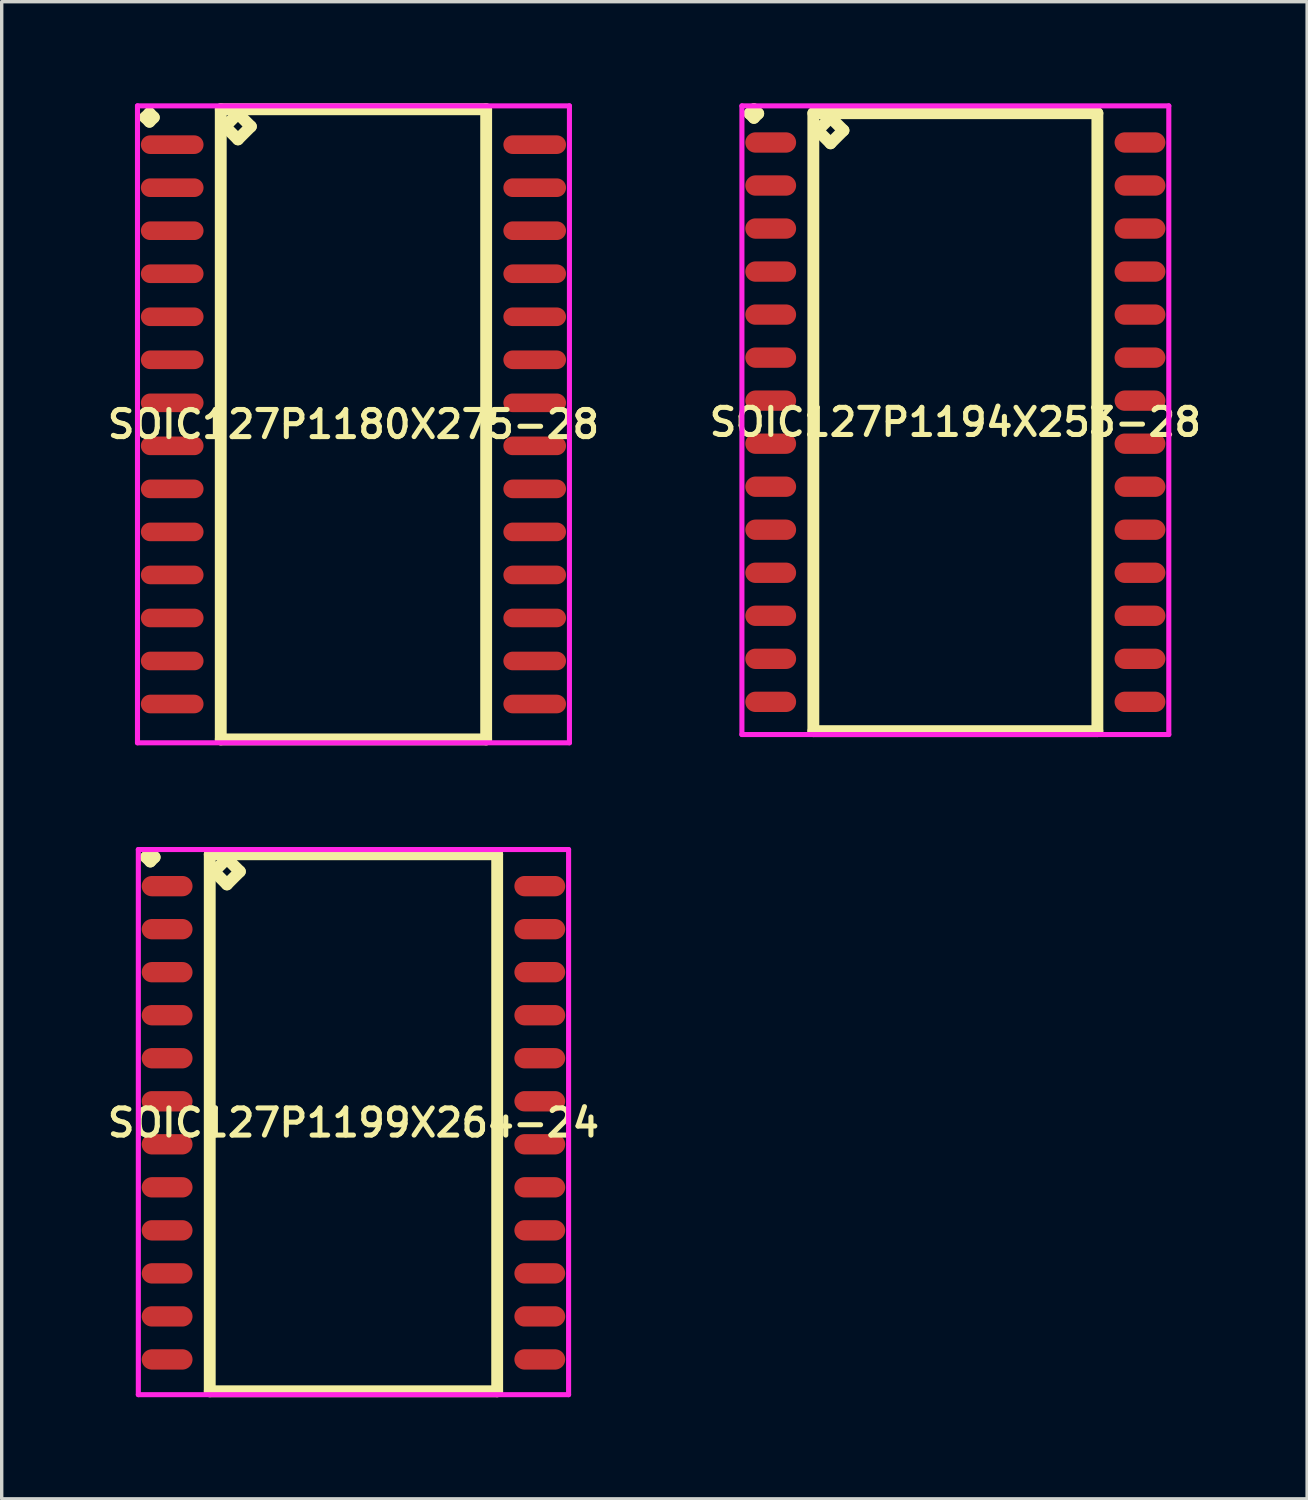
<source format=kicad_pcb>
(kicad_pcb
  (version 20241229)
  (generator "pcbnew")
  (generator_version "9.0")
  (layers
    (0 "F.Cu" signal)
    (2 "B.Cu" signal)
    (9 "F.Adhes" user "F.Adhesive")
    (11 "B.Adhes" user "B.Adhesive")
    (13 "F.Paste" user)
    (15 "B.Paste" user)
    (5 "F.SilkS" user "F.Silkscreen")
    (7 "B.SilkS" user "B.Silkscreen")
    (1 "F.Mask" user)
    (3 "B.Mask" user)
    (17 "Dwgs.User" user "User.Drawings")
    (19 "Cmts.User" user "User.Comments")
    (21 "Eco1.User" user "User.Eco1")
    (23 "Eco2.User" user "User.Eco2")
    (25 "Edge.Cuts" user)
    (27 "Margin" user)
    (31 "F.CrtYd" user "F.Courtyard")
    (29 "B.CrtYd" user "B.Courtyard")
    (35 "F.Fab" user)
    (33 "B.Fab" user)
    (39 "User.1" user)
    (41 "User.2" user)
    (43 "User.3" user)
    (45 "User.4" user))
  (footprint "SOIC127P1194X253-28"
    (layer "F.Cu")
    (at 25.149 9.411)
    (property "Reference" "SOIC127P1194X253-28" (at 0 0 0) (layer "F.SilkS") (effects (font (size 0.8 0.8) (thickness 0.15))))
    (attr through_hole)
    (fp_line (start -6.073 -9.109) (end -5.946 -9.236) (stroke (width 0.35) (type solid)) (layer "F.SilkS"))
    (fp_line (start -5.946 -9.236) (end -5.819 -9.109) (stroke (width 0.35) (type solid)) (layer "F.SilkS"))
    (fp_line (start -5.946 -8.982) (end -6.073 -9.109) (stroke (width 0.35) (type solid)) (layer "F.SilkS"))
    (fp_line (start -5.819 -9.109) (end -5.946 -8.982) (stroke (width 0.35) (type solid)) (layer "F.SilkS"))
    (fp_line (start -4.192 -9.12) (end -4.192 9.12) (stroke (width 0.35) (type solid)) (layer "F.SilkS"))
    (fp_line (start -4.192 9.12) (end 4.192 9.12) (stroke (width 0.35) (type solid)) (layer "F.SilkS"))
    (fp_line (start -4.065 -8.612) (end -3.684 -8.993) (stroke (width 0.35) (type solid)) (layer "F.SilkS"))
    (fp_line (start -3.684 -8.993) (end -3.303 -8.612) (stroke (width 0.35) (type solid)) (layer "F.SilkS"))
    (fp_line (start -3.684 -8.231) (end -4.065 -8.612) (stroke (width 0.35) (type solid)) (layer "F.SilkS"))
    (fp_line (start -3.303 -8.612) (end -3.684 -8.231) (stroke (width 0.35) (type solid)) (layer "F.SilkS"))
    (fp_line (start 4.192 -9.12) (end -4.192 -9.12) (stroke (width 0.35) (type solid)) (layer "F.SilkS"))
    (fp_line (start 4.192 9.12) (end 4.192 -9.12) (stroke (width 0.35) (type solid)) (layer "F.SilkS"))
    (fp_line (start -6.3 -9.336) (end 6.3 -9.336) (stroke (width 0.15) (type solid)) (layer "F.CrtYd"))
    (fp_line (start -6.3 9.22) (end -6.3 -9.336) (stroke (width 0.15) (type solid)) (layer "F.CrtYd"))
    (fp_line (start 6.3 -9.336) (end 6.3 9.22) (stroke (width 0.15) (type solid)) (layer "F.CrtYd"))
    (fp_line (start 6.3 9.22) (end -6.3 9.22) (stroke (width 0.15) (type solid)) (layer "F.CrtYd"))
    (pad "1" smd oval (at -5.45 -8.255) (size 1.5 0.6) (layers "F.Cu" "F.Mask" "F.Paste"))
    (pad "2" smd oval (at -5.45 -6.985) (size 1.5 0.6) (layers "F.Cu" "F.Mask" "F.Paste"))
    (pad "3" smd oval (at -5.45 -5.715) (size 1.5 0.6) (layers "F.Cu" "F.Mask" "F.Paste"))
    (pad "4" smd oval (at -5.45 -4.445) (size 1.5 0.6) (layers "F.Cu" "F.Mask" "F.Paste"))
    (pad "5" smd oval (at -5.45 -3.175) (size 1.5 0.6) (layers "F.Cu" "F.Mask" "F.Paste"))
    (pad "6" smd oval (at -5.45 -1.905) (size 1.5 0.6) (layers "F.Cu" "F.Mask" "F.Paste"))
    (pad "7" smd oval (at -5.45 -0.635) (size 1.5 0.6) (layers "F.Cu" "F.Mask" "F.Paste"))
    (pad "8" smd oval (at -5.45 0.635) (size 1.5 0.6) (layers "F.Cu" "F.Mask" "F.Paste"))
    (pad "9" smd oval (at -5.45 1.905) (size 1.5 0.6) (layers "F.Cu" "F.Mask" "F.Paste"))
    (pad "10" smd oval (at -5.45 3.175) (size 1.5 0.6) (layers "F.Cu" "F.Mask" "F.Paste"))
    (pad "11" smd oval (at -5.45 4.445) (size 1.5 0.6) (layers "F.Cu" "F.Mask" "F.Paste"))
    (pad "12" smd oval (at -5.45 5.715) (size 1.5 0.6) (layers "F.Cu" "F.Mask" "F.Paste"))
    (pad "13" smd oval (at -5.45 6.985) (size 1.5 0.6) (layers "F.Cu" "F.Mask" "F.Paste"))
    (pad "14" smd oval (at -5.45 8.255) (size 1.5 0.6) (layers "F.Cu" "F.Mask" "F.Paste"))
    (pad "15" smd oval (at 5.45 8.255) (size 1.5 0.6) (layers "F.Cu" "F.Mask" "F.Paste"))
    (pad "16" smd oval (at 5.45 6.985) (size 1.5 0.6) (layers "F.Cu" "F.Mask" "F.Paste"))
    (pad "17" smd oval (at 5.45 5.715) (size 1.5 0.6) (layers "F.Cu" "F.Mask" "F.Paste"))
    (pad "18" smd oval (at 5.45 4.445) (size 1.5 0.6) (layers "F.Cu" "F.Mask" "F.Paste"))
    (pad "19" smd oval (at 5.45 3.175) (size 1.5 0.6) (layers "F.Cu" "F.Mask" "F.Paste"))
    (pad "20" smd oval (at 5.45 1.905) (size 1.5 0.6) (layers "F.Cu" "F.Mask" "F.Paste"))
    (pad "21" smd oval (at 5.45 0.635) (size 1.5 0.6) (layers "F.Cu" "F.Mask" "F.Paste"))
    (pad "22" smd oval (at 5.45 -0.635) (size 1.5 0.6) (layers "F.Cu" "F.Mask" "F.Paste"))
    (pad "23" smd oval (at 5.45 -1.905) (size 1.5 0.6) (layers "F.Cu" "F.Mask" "F.Paste"))
    (pad "24" smd oval (at 5.45 -3.175) (size 1.5 0.6) (layers "F.Cu" "F.Mask" "F.Paste"))
    (pad "25" smd oval (at 5.45 -4.445) (size 1.5 0.6) (layers "F.Cu" "F.Mask" "F.Paste"))
    (pad "26" smd oval (at 5.45 -5.715) (size 1.5 0.6) (layers "F.Cu" "F.Mask" "F.Paste"))
    (pad "27" smd oval (at 5.45 -6.985) (size 1.5 0.6) (layers "F.Cu" "F.Mask" "F.Paste"))
    (pad "28" smd oval (at 5.45 -8.255) (size 1.5 0.6) (layers "F.Cu" "F.Mask" "F.Paste")))
  (footprint "SOIC127P1180X275-28"
    (layer "F.Cu")
    (at 7.383 9.475)
    (property "Reference" "SOIC127P1180X275-28" (at 0 0 0) (layer "F.SilkS") (effects (font (size 0.8 0.8) (thickness 0.15))))
    (attr smd)
    (fp_line (start -6.148 -9.059) (end -6.021 -9.186) (stroke (width 0.35) (type solid)) (layer "F.SilkS"))
    (fp_line (start -6.021 -9.186) (end -5.894 -9.059) (stroke (width 0.35) (type solid)) (layer "F.SilkS"))
    (fp_line (start -6.021 -8.932) (end -6.148 -9.059) (stroke (width 0.35) (type solid)) (layer "F.SilkS"))
    (fp_line (start -5.894 -9.059) (end -6.021 -8.932) (stroke (width 0.35) (type solid)) (layer "F.SilkS"))
    (fp_line (start -3.917 -9.3) (end -3.917 9.3) (stroke (width 0.35) (type solid)) (layer "F.SilkS"))
    (fp_line (start -3.917 9.3) (end 3.917 9.3) (stroke (width 0.35) (type solid)) (layer "F.SilkS"))
    (fp_line (start -3.79 -8.792) (end -3.409 -9.173) (stroke (width 0.35) (type solid)) (layer "F.SilkS"))
    (fp_line (start -3.409 -9.173) (end -3.028 -8.792) (stroke (width 0.35) (type solid)) (layer "F.SilkS"))
    (fp_line (start -3.409 -8.411) (end -3.79 -8.792) (stroke (width 0.35) (type solid)) (layer "F.SilkS"))
    (fp_line (start -3.028 -8.792) (end -3.409 -8.411) (stroke (width 0.35) (type solid)) (layer "F.SilkS"))
    (fp_line (start 3.917 -9.3) (end -3.917 -9.3) (stroke (width 0.35) (type solid)) (layer "F.SilkS"))
    (fp_line (start 3.917 9.3) (end 3.917 -9.3) (stroke (width 0.35) (type solid)) (layer "F.SilkS"))
    (fp_line (start -6.375 -9.4) (end 6.375 -9.4) (stroke (width 0.15) (type solid)) (layer "F.CrtYd"))
    (fp_line (start -6.375 9.4) (end -6.375 -9.4) (stroke (width 0.15) (type solid)) (layer "F.CrtYd"))
    (fp_line (start 6.375 -9.4) (end 6.375 9.4) (stroke (width 0.15) (type solid)) (layer "F.CrtYd"))
    (fp_line (start 6.375 9.4) (end -6.375 9.4) (stroke (width 0.15) (type solid)) (layer "F.CrtYd"))
    (pad "1" smd oval (at -5.35 -8.255) (size 1.85 0.55) (layers "F.Cu" "F.Mask" "F.Paste"))
    (pad "2" smd oval (at -5.35 -6.985) (size 1.85 0.55) (layers "F.Cu" "F.Mask" "F.Paste"))
    (pad "3" smd oval (at -5.35 -5.715) (size 1.85 0.55) (layers "F.Cu" "F.Mask" "F.Paste"))
    (pad "4" smd oval (at -5.35 -4.445) (size 1.85 0.55) (layers "F.Cu" "F.Mask" "F.Paste"))
    (pad "5" smd oval (at -5.35 -3.175) (size 1.85 0.55) (layers "F.Cu" "F.Mask" "F.Paste"))
    (pad "6" smd oval (at -5.35 -1.905) (size 1.85 0.55) (layers "F.Cu" "F.Mask" "F.Paste"))
    (pad "7" smd oval (at -5.35 -0.635) (size 1.85 0.55) (layers "F.Cu" "F.Mask" "F.Paste"))
    (pad "8" smd oval (at -5.35 0.635) (size 1.85 0.55) (layers "F.Cu" "F.Mask" "F.Paste"))
    (pad "9" smd oval (at -5.35 1.905) (size 1.85 0.55) (layers "F.Cu" "F.Mask" "F.Paste"))
    (pad "10" smd oval (at -5.35 3.175) (size 1.85 0.55) (layers "F.Cu" "F.Mask" "F.Paste"))
    (pad "11" smd oval (at -5.35 4.445) (size 1.85 0.55) (layers "F.Cu" "F.Mask" "F.Paste"))
    (pad "12" smd oval (at -5.35 5.715) (size 1.85 0.55) (layers "F.Cu" "F.Mask" "F.Paste"))
    (pad "13" smd oval (at -5.35 6.985) (size 1.85 0.55) (layers "F.Cu" "F.Mask" "F.Paste"))
    (pad "14" smd oval (at -5.35 8.255) (size 1.85 0.55) (layers "F.Cu" "F.Mask" "F.Paste"))
    (pad "15" smd oval (at 5.35 8.255) (size 1.85 0.55) (layers "F.Cu" "F.Mask" "F.Paste"))
    (pad "16" smd oval (at 5.35 6.985) (size 1.85 0.55) (layers "F.Cu" "F.Mask" "F.Paste"))
    (pad "17" smd oval (at 5.35 5.715) (size 1.85 0.55) (layers "F.Cu" "F.Mask" "F.Paste"))
    (pad "18" smd oval (at 5.35 4.445) (size 1.85 0.55) (layers "F.Cu" "F.Mask" "F.Paste"))
    (pad "19" smd oval (at 5.35 3.175) (size 1.85 0.55) (layers "F.Cu" "F.Mask" "F.Paste"))
    (pad "20" smd oval (at 5.35 1.905) (size 1.85 0.55) (layers "F.Cu" "F.Mask" "F.Paste"))
    (pad "21" smd oval (at 5.35 0.635) (size 1.85 0.55) (layers "F.Cu" "F.Mask" "F.Paste"))
    (pad "22" smd oval (at 5.35 -0.635) (size 1.85 0.55) (layers "F.Cu" "F.Mask" "F.Paste"))
    (pad "23" smd oval (at 5.35 -1.905) (size 1.85 0.55) (layers "F.Cu" "F.Mask" "F.Paste"))
    (pad "24" smd oval (at 5.35 -3.175) (size 1.85 0.55) (layers "F.Cu" "F.Mask" "F.Paste"))
    (pad "25" smd oval (at 5.35 -4.445) (size 1.85 0.55) (layers "F.Cu" "F.Mask" "F.Paste"))
    (pad "26" smd oval (at 5.35 -5.715) (size 1.85 0.55) (layers "F.Cu" "F.Mask" "F.Paste"))
    (pad "27" smd oval (at 5.35 -6.985) (size 1.85 0.55) (layers "F.Cu" "F.Mask" "F.Paste"))
    (pad "28" smd oval (at 5.35 -8.255) (size 1.85 0.55) (layers "F.Cu" "F.Mask" "F.Paste")))
  (footprint "SOIC127P1199X264-24"
    (layer "F.Cu")
    (at 7.383 30.091)
    (property "Reference" "SOIC127P1199X264-24" (at 0 0 0) (layer "F.SilkS") (effects (font (size 0.8 0.8) (thickness 0.15))))
    (attr smd)
    (fp_line (start -6.123 -7.839) (end -5.996 -7.966) (stroke (width 0.35) (type solid)) (layer "F.SilkS"))
    (fp_line (start -5.996 -7.966) (end -5.869 -7.839) (stroke (width 0.35) (type solid)) (layer "F.SilkS"))
    (fp_line (start -5.996 -7.712) (end -6.123 -7.839) (stroke (width 0.35) (type solid)) (layer "F.SilkS"))
    (fp_line (start -5.869 -7.839) (end -5.996 -7.712) (stroke (width 0.35) (type solid)) (layer "F.SilkS"))
    (fp_line (start -4.242 -7.925) (end -4.242 7.925) (stroke (width 0.35) (type solid)) (layer "F.SilkS"))
    (fp_line (start -4.242 7.925) (end 4.242 7.925) (stroke (width 0.35) (type solid)) (layer "F.SilkS"))
    (fp_line (start -4.115 -7.417) (end -3.734 -7.798) (stroke (width 0.35) (type solid)) (layer "F.SilkS"))
    (fp_line (start -3.734 -7.798) (end -3.353 -7.417) (stroke (width 0.35) (type solid)) (layer "F.SilkS"))
    (fp_line (start -3.734 -7.036) (end -4.115 -7.417) (stroke (width 0.35) (type solid)) (layer "F.SilkS"))
    (fp_line (start -3.353 -7.417) (end -3.734 -7.036) (stroke (width 0.35) (type solid)) (layer "F.SilkS"))
    (fp_line (start 4.242 -7.925) (end -4.242 -7.925) (stroke (width 0.35) (type solid)) (layer "F.SilkS"))
    (fp_line (start 4.242 7.925) (end 4.242 -7.925) (stroke (width 0.35) (type solid)) (layer "F.SilkS"))
    (fp_line (start -6.35 -8.066) (end 6.35 -8.066) (stroke (width 0.15) (type solid)) (layer "F.CrtYd"))
    (fp_line (start -6.35 8.025) (end -6.35 -8.066) (stroke (width 0.15) (type solid)) (layer "F.CrtYd"))
    (fp_line (start 6.35 -8.066) (end 6.35 8.025) (stroke (width 0.15) (type solid)) (layer "F.CrtYd"))
    (fp_line (start 6.35 8.025) (end -6.35 8.025) (stroke (width 0.15) (type solid)) (layer "F.CrtYd"))
    (pad "1" smd oval (at -5.5 -6.985) (size 1.5 0.6) (layers "F.Cu" "F.Mask" "F.Paste"))
    (pad "2" smd oval (at -5.5 -5.715) (size 1.5 0.6) (layers "F.Cu" "F.Mask" "F.Paste"))
    (pad "3" smd oval (at -5.5 -4.445) (size 1.5 0.6) (layers "F.Cu" "F.Mask" "F.Paste"))
    (pad "4" smd oval (at -5.5 -3.175) (size 1.5 0.6) (layers "F.Cu" "F.Mask" "F.Paste"))
    (pad "5" smd oval (at -5.5 -1.905) (size 1.5 0.6) (layers "F.Cu" "F.Mask" "F.Paste"))
    (pad "6" smd oval (at -5.5 -0.635) (size 1.5 0.6) (layers "F.Cu" "F.Mask" "F.Paste"))
    (pad "7" smd oval (at -5.5 0.635) (size 1.5 0.6) (layers "F.Cu" "F.Mask" "F.Paste"))
    (pad "8" smd oval (at -5.5 1.905) (size 1.5 0.6) (layers "F.Cu" "F.Mask" "F.Paste"))
    (pad "9" smd oval (at -5.5 3.175) (size 1.5 0.6) (layers "F.Cu" "F.Mask" "F.Paste"))
    (pad "10" smd oval (at -5.5 4.445) (size 1.5 0.6) (layers "F.Cu" "F.Mask" "F.Paste"))
    (pad "11" smd oval (at -5.5 5.715) (size 1.5 0.6) (layers "F.Cu" "F.Mask" "F.Paste"))
    (pad "12" smd oval (at -5.5 6.985) (size 1.5 0.6) (layers "F.Cu" "F.Mask" "F.Paste"))
    (pad "13" smd oval (at 5.5 6.985) (size 1.5 0.6) (layers "F.Cu" "F.Mask" "F.Paste"))
    (pad "14" smd oval (at 5.5 5.715) (size 1.5 0.6) (layers "F.Cu" "F.Mask" "F.Paste"))
    (pad "15" smd oval (at 5.5 4.445) (size 1.5 0.6) (layers "F.Cu" "F.Mask" "F.Paste"))
    (pad "16" smd oval (at 5.5 3.175) (size 1.5 0.6) (layers "F.Cu" "F.Mask" "F.Paste"))
    (pad "17" smd oval (at 5.5 1.905) (size 1.5 0.6) (layers "F.Cu" "F.Mask" "F.Paste"))
    (pad "18" smd oval (at 5.5 0.635) (size 1.5 0.6) (layers "F.Cu" "F.Mask" "F.Paste"))
    (pad "19" smd oval (at 5.5 -0.635) (size 1.5 0.6) (layers "F.Cu" "F.Mask" "F.Paste"))
    (pad "20" smd oval (at 5.5 -1.905) (size 1.5 0.6) (layers "F.Cu" "F.Mask" "F.Paste"))
    (pad "21" smd oval (at 5.5 -3.175) (size 1.5 0.6) (layers "F.Cu" "F.Mask" "F.Paste"))
    (pad "22" smd oval (at 5.5 -4.445) (size 1.5 0.6) (layers "F.Cu" "F.Mask" "F.Paste"))
    (pad "23" smd oval (at 5.5 -5.715) (size 1.5 0.6) (layers "F.Cu" "F.Mask" "F.Paste"))
    (pad "24" smd oval (at 5.5 -6.985) (size 1.5 0.6) (layers "F.Cu" "F.Mask" "F.Paste")))
  (gr_rect
    (start -3 -3)
    (end 35.532 41.191)
    (stroke (width 0.1) (type default))
    (fill no)
    (layer "Edge.Cuts")))
</source>
